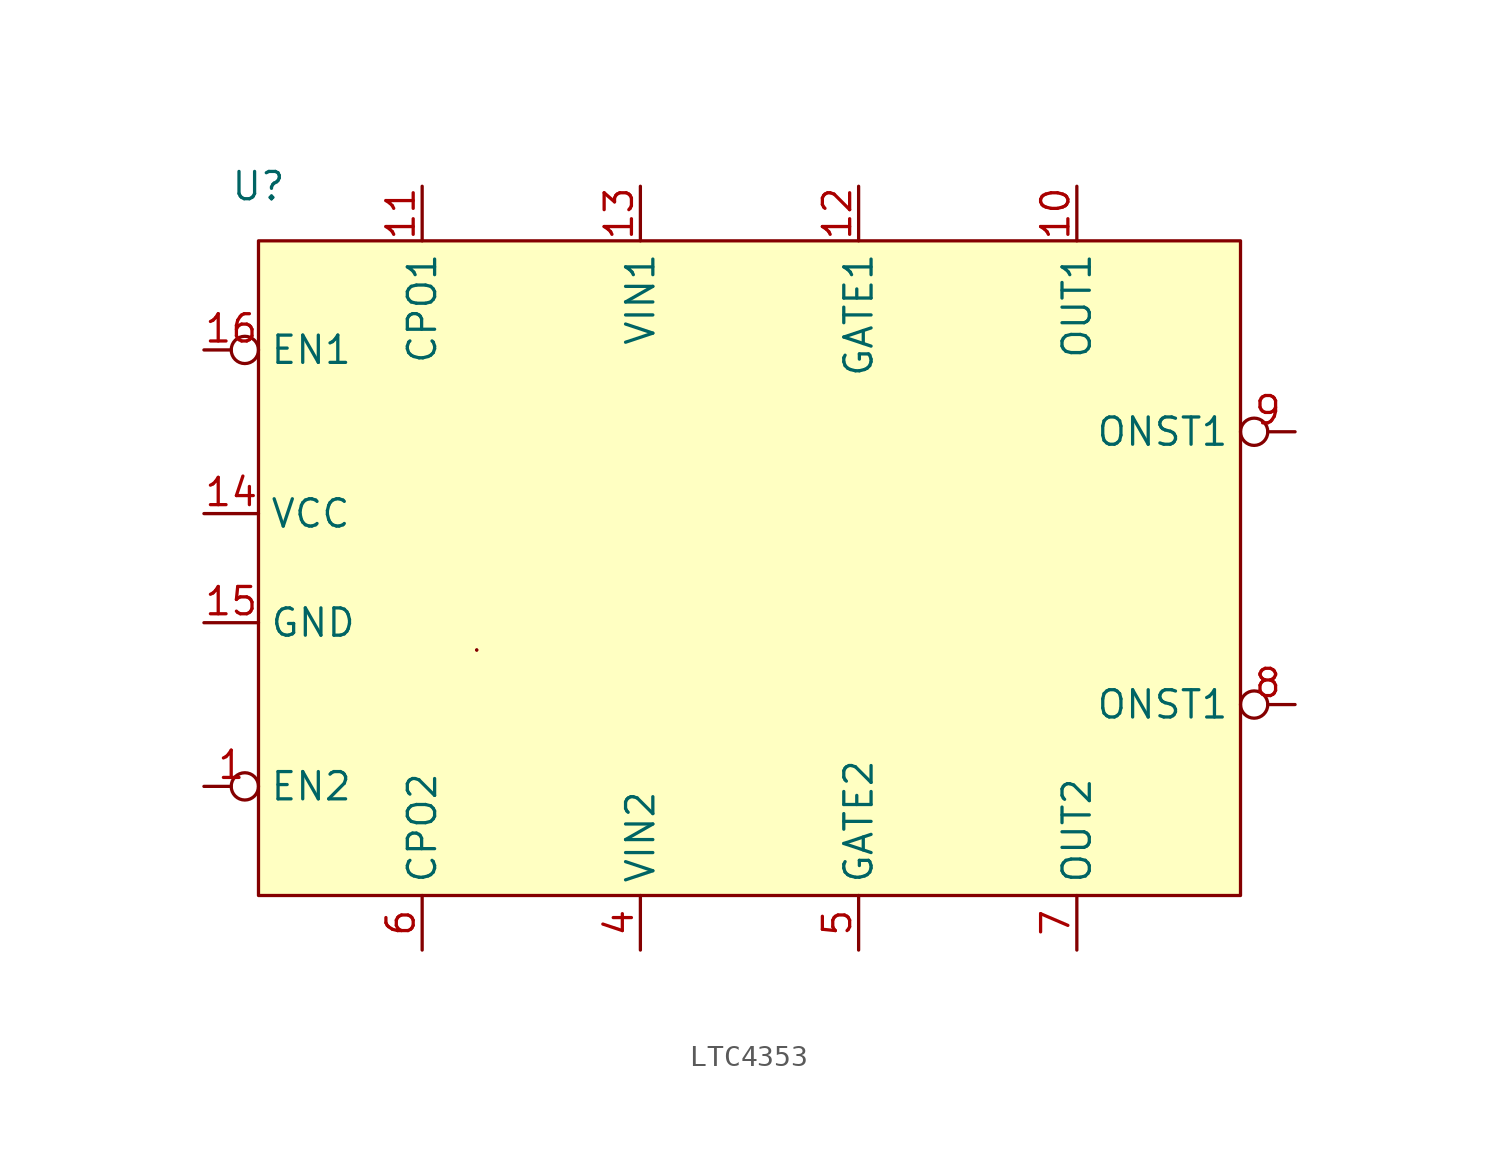
<source format=kicad_sym>
(kicad_symbol_lib
  (version 20220914)
  (generator kicad_symbol_editor)
  (symbol "LTC4353"
    (property "Reference" "U"
      (at 0 8.89 0)
      (effects (font (size 1.27 1.27))))
    (property "Value" ""
      (at 0 1.27 0)
      (effects (font (size 1.27 1.27))))
    (symbol "LTC4353_0_1"
      (rectangle (start 10.16 -12.7) (end 10.16 -12.7) (stroke (width 0) (type default)) (fill (type none)))
      (rectangle (start 10.16 -12.7) (end 10.16 -12.7) (stroke (width 0) (type default)) (fill (type none))))
    (symbol "LTC4353_1_1"
      (rectangle (start 0 6.35) (end 45.72 -24.13) (stroke (width 0) (type default)) (fill (type background)))
      (pin input inverted (at -2.54 -19.05 0) (length 2.54) (name "EN2" (effects (font (size 1.27 1.27)))) (number "1" (effects (font (size 1.27 1.27)))))
      (pin input line (at 38.1 8.89 270) (length 2.54) (name "OUT1" (effects (font (size 1.27 1.27)))) (number "10" (effects (font (size 1.27 1.27)))))
      (pin output line (at 7.62 8.89 270) (length 2.54) (name "CPO1" (effects (font (size 1.27 1.27)))) (number "11" (effects (font (size 1.27 1.27)))))
      (pin output line (at 27.94 8.89 270) (length 2.54) (name "GATE1" (effects (font (size 1.27 1.27)))) (number "12" (effects (font (size 1.27 1.27)))))
      (pin input line (at 17.78 8.89 270) (length 2.54) (name "VIN1" (effects (font (size 1.27 1.27)))) (number "13" (effects (font (size 1.27 1.27)))))
      (pin power_in line (at -2.54 -6.35 0) (length 2.54) (name "VCC" (effects (font (size 1.27 1.27)))) (number "14" (effects (font (size 1.27 1.27)))))
      (pin power_in line (at -2.54 -11.43 0) (length 2.54) (name "GND" (effects (font (size 1.27 1.27)))) (number "15" (effects (font (size 1.27 1.27)))))
      (pin input inverted (at -2.54 1.27 0) (length 2.54) (name "EN1" (effects (font (size 1.27 1.27)))) (number "16" (effects (font (size 1.27 1.27)))))
      (pin input line (at 17.78 -26.67 90) (length 2.54) (name "VIN2" (effects (font (size 1.27 1.27)))) (number "4" (effects (font (size 1.27 1.27)))))
      (pin output line (at 27.94 -26.67 90) (length 2.54) (name "GATE2" (effects (font (size 1.27 1.27)))) (number "5" (effects (font (size 1.27 1.27)))))
      (pin output line (at 7.62 -26.67 90) (length 2.54) (name "CPO2" (effects (font (size 1.27 1.27)))) (number "6" (effects (font (size 1.27 1.27)))))
      (pin input line (at 38.1 -26.67 90) (length 2.54) (name "OUT2" (effects (font (size 1.27 1.27)))) (number "7" (effects (font (size 1.27 1.27)))))
      (pin input inverted (at 48.26 -15.24 180) (length 2.54) (name "ONST1" (effects (font (size 1.27 1.27)))) (number "8" (effects (font (size 1.27 1.27)))))
      (pin input inverted (at 48.26 -2.54 180) (length 2.54) (name "ONST1" (effects (font (size 1.27 1.27)))) (number "9" (effects (font (size 1.27 1.27))))))))
</source>
